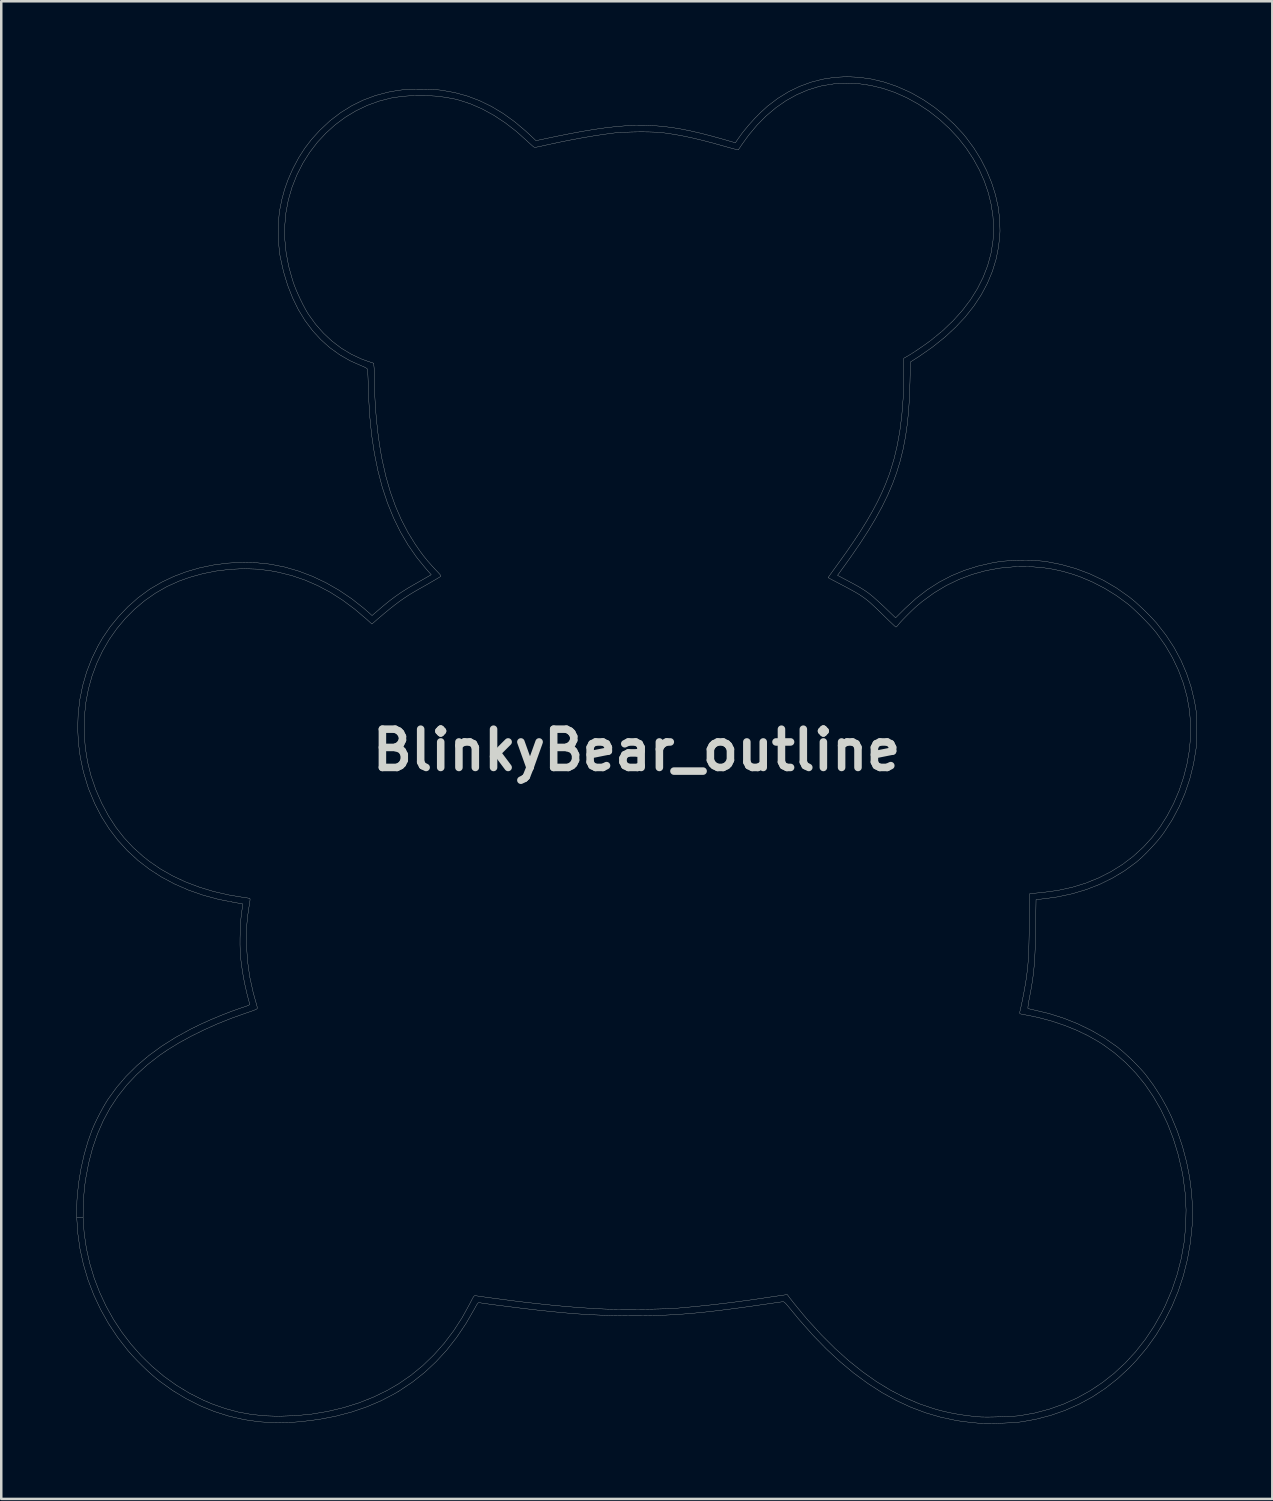
<source format=kicad_pcb>
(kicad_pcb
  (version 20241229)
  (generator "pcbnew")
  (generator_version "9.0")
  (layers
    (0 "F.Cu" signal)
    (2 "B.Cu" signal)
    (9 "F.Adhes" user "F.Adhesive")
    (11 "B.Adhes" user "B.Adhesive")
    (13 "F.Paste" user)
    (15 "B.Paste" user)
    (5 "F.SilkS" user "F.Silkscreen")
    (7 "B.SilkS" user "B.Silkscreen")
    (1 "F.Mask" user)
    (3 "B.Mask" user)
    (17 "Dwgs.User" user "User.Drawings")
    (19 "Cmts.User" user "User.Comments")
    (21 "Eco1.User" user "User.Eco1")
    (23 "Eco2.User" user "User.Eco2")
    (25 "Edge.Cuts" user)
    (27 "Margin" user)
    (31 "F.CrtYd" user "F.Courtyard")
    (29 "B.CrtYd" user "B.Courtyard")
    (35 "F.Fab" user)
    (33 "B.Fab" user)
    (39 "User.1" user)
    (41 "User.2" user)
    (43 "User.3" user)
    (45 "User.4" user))
  (footprint "BlinkyBear_outline"
    (layer "F.Cu")
    (at 22.303 26.825)
    (property "Reference" "BlinkyBear_outline" (at 0 0 0) (layer "Edge.Cuts") (effects (font (size 1.524 1.524) (thickness 0.3))))
    (attr through_hole)
    (fp_poly (pts (xy 8.863 -26.797) (xy 9.357 -26.727) (xy 9.853 -26.608) (xy 10.349 -26.44) (xy 10.842 -26.224) (xy 10.99 -26.15) (xy 11.43 -25.897) (xy 11.86 -25.603) (xy 12.272 -25.274) (xy 12.656 -24.919) (xy 13.002 -24.546) (xy 13.115 -24.409) (xy 13.431 -23.981) (xy 13.709 -23.533) (xy 13.945 -23.07) (xy 14.14 -22.597) (xy 14.292 -22.117) (xy 14.399 -21.635) (xy 14.46 -21.155) (xy 14.473 -20.68) (xy 14.468 -20.57) (xy 14.418 -20.058) (xy 14.319 -19.559) (xy 14.171 -19.072) (xy 13.974 -18.598) (xy 13.729 -18.138) (xy 13.436 -17.692) (xy 13.095 -17.26) (xy 12.706 -16.843) (xy 12.27 -16.441) (xy 11.787 -16.054) (xy 11.256 -15.683) (xy 11.157 -15.619) (xy 10.904 -15.457) (xy 10.888 -14.669) (xy 10.868 -14.071) (xy 10.833 -13.509) (xy 10.78 -12.978) (xy 10.707 -12.471) (xy 10.614 -11.985) (xy 10.498 -11.515) (xy 10.358 -11.055) (xy 10.191 -10.6) (xy 9.996 -10.146) (xy 9.772 -9.688) (xy 9.516 -9.22) (xy 9.227 -8.738) (xy 8.903 -8.237) (xy 8.542 -7.711) (xy 8.328 -7.411) (xy 8.003 -6.961) (xy 8.275 -6.817) (xy 8.458 -6.72) (xy 8.604 -6.642) (xy 8.721 -6.578) (xy 8.817 -6.525) (xy 8.9 -6.476) (xy 8.977 -6.428) (xy 9.058 -6.377) (xy 9.125 -6.333) (xy 9.261 -6.235) (xy 9.422 -6.104) (xy 9.61 -5.938) (xy 9.829 -5.734) (xy 9.844 -5.72) (xy 10.315 -5.271) (xy 10.688 -5.639) (xy 11.121 -6.035) (xy 11.572 -6.383) (xy 12.044 -6.686) (xy 12.538 -6.945) (xy 13.056 -7.159) (xy 13.6 -7.331) (xy 14.172 -7.461) (xy 14.465 -7.51) (xy 14.631 -7.528) (xy 14.834 -7.542) (xy 15.064 -7.551) (xy 15.308 -7.556) (xy 15.555 -7.555) (xy 15.795 -7.55) (xy 16.014 -7.54) (xy 16.203 -7.525) (xy 16.315 -7.511) (xy 16.915 -7.393) (xy 17.495 -7.229) (xy 18.055 -7.019) (xy 18.592 -6.764) (xy 19.107 -6.462) (xy 19.599 -6.116) (xy 19.71 -6.029) (xy 19.859 -5.904) (xy 20.028 -5.752) (xy 20.207 -5.582) (xy 20.383 -5.408) (xy 20.546 -5.239) (xy 20.684 -5.088) (xy 20.712 -5.055) (xy 21.081 -4.583) (xy 21.403 -4.092) (xy 21.678 -3.581) (xy 21.906 -3.051) (xy 22.088 -2.5) (xy 22.223 -1.929) (xy 22.28 -1.587) (xy 22.294 -1.458) (xy 22.304 -1.29) (xy 22.31 -1.094) (xy 22.312 -0.883) (xy 22.311 -0.667) (xy 22.306 -0.458) (xy 22.298 -0.267) (xy 22.286 -0.108) (xy 22.28 -0.051) (xy 22.18 0.554) (xy 22.034 1.141) (xy 21.843 1.709) (xy 21.608 2.255) (xy 21.33 2.776) (xy 21.011 3.27) (xy 20.901 3.421) (xy 20.782 3.569) (xy 20.637 3.737) (xy 20.474 3.913) (xy 20.306 4.088) (xy 20.14 4.25) (xy 19.988 4.389) (xy 19.901 4.462) (xy 19.446 4.797) (xy 18.961 5.09) (xy 18.448 5.343) (xy 17.909 5.553) (xy 17.346 5.721) (xy 16.76 5.845) (xy 16.299 5.91) (xy 15.908 5.954) (xy 15.892 7.06) (xy 15.886 7.44) (xy 15.878 7.776) (xy 15.866 8.077) (xy 15.852 8.349) (xy 15.833 8.601) (xy 15.81 8.839) (xy 15.781 9.071) (xy 15.746 9.305) (xy 15.705 9.548) (xy 15.656 9.808) (xy 15.642 9.877) (xy 15.617 10.011) (xy 15.598 10.128) (xy 15.587 10.219) (xy 15.584 10.274) (xy 15.587 10.285) (xy 15.62 10.299) (xy 15.69 10.318) (xy 15.786 10.34) (xy 15.837 10.35) (xy 16.432 10.492) (xy 17.014 10.677) (xy 17.578 10.902) (xy 18.118 11.165) (xy 18.629 11.462) (xy 19.106 11.793) (xy 19.151 11.827) (xy 19.318 11.964) (xy 19.504 12.128) (xy 19.698 12.31) (xy 19.888 12.498) (xy 20.064 12.683) (xy 20.215 12.853) (xy 20.278 12.929) (xy 20.584 13.342) (xy 20.872 13.789) (xy 21.13 14.251) (xy 21.295 14.593) (xy 21.537 15.18) (xy 21.74 15.783) (xy 21.903 16.397) (xy 22.025 17.015) (xy 22.104 17.631) (xy 22.14 18.239) (xy 22.132 18.833) (xy 22.125 18.936) (xy 22.055 19.615) (xy 21.939 20.279) (xy 21.777 20.924) (xy 21.57 21.55) (xy 21.32 22.153) (xy 21.026 22.733) (xy 20.691 23.288) (xy 20.314 23.815) (xy 19.896 24.313) (xy 19.61 24.613) (xy 19.149 25.039) (xy 18.664 25.42) (xy 18.155 25.757) (xy 17.623 26.048) (xy 17.068 26.294) (xy 16.49 26.495) (xy 15.89 26.65) (xy 15.347 26.748) (xy 15.223 26.763) (xy 15.061 26.776) (xy 14.873 26.788) (xy 14.667 26.799) (xy 14.454 26.807) (xy 14.244 26.813) (xy 14.047 26.816) (xy 13.873 26.816) (xy 13.732 26.813) (xy 13.652 26.808) (xy 13.431 26.786) (xy 13.251 26.767) (xy 13.103 26.75) (xy 12.977 26.734) (xy 12.864 26.718) (xy 12.754 26.701) (xy 12.713 26.694) (xy 12.107 26.565) (xy 11.511 26.391) (xy 10.924 26.17) (xy 10.345 25.902) (xy 9.773 25.586) (xy 9.209 25.222) (xy 8.65 24.81) (xy 8.097 24.35) (xy 7.549 23.84) (xy 7.005 23.28) (xy 6.465 22.67) (xy 6.109 22.238) (xy 6.012 22.12) (xy 5.94 22.039) (xy 5.888 21.99) (xy 5.851 21.968) (xy 5.831 21.966) (xy 5.796 21.971) (xy 5.715 21.982) (xy 5.595 21.999) (xy 5.442 22.021) (xy 5.26 22.047) (xy 5.056 22.076) (xy 4.835 22.108) (xy 4.724 22.124) (xy 4.16 22.203) (xy 3.638 22.272) (xy 3.154 22.331) (xy 2.701 22.382) (xy 2.272 22.424) (xy 1.861 22.458) (xy 1.462 22.485) (xy 1.069 22.505) (xy 0.675 22.518) (xy 0.274 22.524) (xy -0.14 22.526) (xy -0.533 22.522) (xy -0.928 22.516) (xy -1.297 22.506) (xy -1.649 22.492) (xy -1.994 22.474) (xy -2.342 22.452) (xy -2.703 22.424) (xy -3.084 22.389) (xy -3.497 22.348) (xy -3.95 22.3) (xy -4.132 22.279) (xy -4.338 22.255) (xy -4.561 22.229) (xy -4.794 22.2) (xy -5.03 22.171) (xy -5.264 22.141) (xy -5.488 22.113) (xy -5.696 22.086) (xy -5.882 22.061) (xy -6.039 22.039) (xy -6.16 22.022) (xy -6.239 22.009) (xy -6.252 22.007) (xy -6.283 22.004) (xy -6.31 22.015) (xy -6.339 22.046) (xy -6.376 22.105) (xy -6.429 22.199) (xy -6.452 22.243) (xy -6.794 22.835) (xy -7.164 23.385) (xy -7.561 23.893) (xy -7.988 24.359) (xy -8.443 24.784) (xy -8.928 25.169) (xy -9.442 25.513) (xy -9.635 25.628) (xy -10.18 25.913) (xy -10.753 26.157) (xy -11.355 26.362) (xy -11.987 26.528) (xy -12.649 26.654) (xy -13.344 26.741) (xy -13.796 26.776) (xy -14.417 26.788) (xy -15.031 26.749) (xy -15.636 26.662) (xy -16.232 26.525) (xy -16.816 26.341) (xy -17.385 26.109) (xy -17.939 25.829) (xy -18.476 25.504) (xy -18.993 25.133) (xy -19.088 25.057) (xy -19.273 24.902) (xy -19.477 24.718) (xy -19.688 24.515) (xy -19.896 24.307) (xy -20.089 24.103) (xy -20.256 23.915) (xy -20.267 23.901) (xy -20.668 23.385) (xy -21.028 22.843) (xy -21.345 22.279) (xy -21.619 21.696) (xy -21.848 21.096) (xy -22.031 20.483) (xy -22.168 19.859) (xy -22.257 19.228) (xy -22.296 18.625) (xy -22.044 18.625) (xy -22.001 19.239) (xy -21.912 19.845) (xy -21.779 20.441) (xy -21.603 21.025) (xy -21.385 21.593) (xy -21.128 22.144) (xy -20.832 22.675) (xy -20.499 23.182) (xy -20.13 23.665) (xy -19.728 24.12) (xy -19.292 24.544) (xy -18.827 24.936) (xy -18.331 25.292) (xy -17.808 25.61) (xy -17.258 25.887) (xy -16.891 26.043) (xy -16.377 26.223) (xy -15.862 26.361) (xy -15.336 26.456) (xy -14.791 26.512) (xy -14.275 26.528) (xy -13.603 26.507) (xy -12.942 26.443) (xy -12.296 26.335) (xy -11.669 26.186) (xy -11.063 25.997) (xy -10.482 25.767) (xy -9.929 25.498) (xy -9.479 25.237) (xy -8.986 24.897) (xy -8.519 24.514) (xy -8.079 24.091) (xy -7.669 23.629) (xy -7.291 23.131) (xy -6.946 22.598) (xy -6.636 22.034) (xy -6.629 22.02) (xy -6.566 21.897) (xy -6.521 21.813) (xy -6.488 21.76) (xy -6.462 21.733) (xy -6.437 21.724) (xy -6.409 21.727) (xy -6.406 21.728) (xy -6.351 21.737) (xy -6.252 21.752) (xy -6.117 21.771) (xy -5.953 21.794) (xy -5.766 21.819) (xy -5.564 21.846) (xy -5.353 21.874) (xy -5.141 21.901) (xy -4.935 21.928) (xy -4.741 21.952) (xy -4.567 21.973) (xy -4.496 21.982) (xy -3.913 22.048) (xy -3.369 22.105) (xy -2.856 22.153) (xy -2.363 22.194) (xy -1.88 22.227) (xy -1.422 22.252) (xy -1.237 22.26) (xy -1.014 22.265) (xy -0.76 22.269) (xy -0.485 22.27) (xy -0.196 22.27) (xy 0.099 22.269) (xy 0.393 22.266) (xy 0.677 22.261) (xy 0.944 22.255) (xy 1.185 22.248) (xy 1.393 22.239) (xy 1.559 22.229) (xy 1.587 22.227) (xy 2.308 22.162) (xy 3.057 22.084) (xy 3.814 21.993) (xy 4.558 21.894) (xy 4.908 21.843) (xy 5.088 21.816) (xy 5.273 21.788) (xy 5.449 21.762) (xy 5.603 21.74) (xy 5.712 21.724) (xy 6.001 21.682) (xy 6.053 21.754) (xy 6.114 21.834) (xy 6.2 21.944) (xy 6.304 22.075) (xy 6.42 22.217) (xy 6.539 22.361) (xy 6.654 22.5) (xy 6.757 22.623) (xy 6.82 22.695) (xy 7.359 23.286) (xy 7.901 23.826) (xy 8.448 24.317) (xy 8.999 24.757) (xy 9.554 25.149) (xy 10.115 25.491) (xy 10.682 25.785) (xy 11.255 26.03) (xy 11.835 26.227) (xy 12.107 26.303) (xy 12.468 26.387) (xy 12.837 26.456) (xy 13.23 26.511) (xy 13.64 26.553) (xy 13.74 26.558) (xy 13.881 26.56) (xy 14.052 26.56) (xy 14.245 26.557) (xy 14.447 26.552) (xy 14.651 26.545) (xy 14.844 26.536) (xy 15.019 26.526) (xy 15.164 26.516) (xy 15.265 26.505) (xy 15.863 26.398) (xy 16.443 26.244) (xy 17.003 26.044) (xy 17.544 25.8) (xy 18.061 25.513) (xy 18.555 25.184) (xy 19.023 24.814) (xy 19.463 24.405) (xy 19.874 23.958) (xy 20.254 23.474) (xy 20.601 22.955) (xy 20.914 22.402) (xy 21.055 22.118) (xy 21.315 21.51) (xy 21.526 20.887) (xy 21.689 20.254) (xy 21.804 19.611) (xy 21.868 18.962) (xy 21.883 18.308) (xy 21.849 17.653) (xy 21.764 16.999) (xy 21.715 16.735) (xy 21.563 16.087) (xy 21.373 15.468) (xy 21.146 14.88) (xy 20.882 14.324) (xy 20.582 13.802) (xy 20.248 13.313) (xy 19.879 12.86) (xy 19.476 12.443) (xy 19.04 12.063) (xy 18.571 11.722) (xy 18.402 11.614) (xy 17.979 11.373) (xy 17.517 11.152) (xy 17.027 10.956) (xy 16.52 10.787) (xy 16.005 10.649) (xy 15.672 10.579) (xy 15.54 10.554) (xy 15.424 10.532) (xy 15.335 10.514) (xy 15.283 10.504) (xy 15.274 10.501) (xy 15.259 10.483) (xy 15.261 10.434) (xy 15.28 10.346) (xy 15.316 10.187) (xy 15.357 9.995) (xy 15.399 9.784) (xy 15.44 9.567) (xy 15.477 9.358) (xy 15.508 9.171) (xy 15.53 9.019) (xy 15.53 9.017) (xy 15.551 8.849) (xy 15.569 8.693) (xy 15.584 8.543) (xy 15.596 8.392) (xy 15.606 8.232) (xy 15.615 8.058) (xy 15.622 7.863) (xy 15.627 7.64) (xy 15.632 7.383) (xy 15.636 7.085) (xy 15.638 6.929) (xy 15.653 5.718) (xy 15.783 5.705) (xy 15.863 5.697) (xy 15.977 5.686) (xy 16.107 5.674) (xy 16.202 5.664) (xy 16.785 5.585) (xy 17.348 5.462) (xy 17.888 5.296) (xy 18.404 5.088) (xy 18.893 4.839) (xy 19.354 4.55) (xy 19.786 4.222) (xy 20.185 3.856) (xy 20.529 3.48) (xy 20.849 3.059) (xy 21.136 2.603) (xy 21.389 2.119) (xy 21.605 1.612) (xy 21.782 1.088) (xy 21.919 0.554) (xy 22.013 0.014) (xy 22.062 -0.525) (xy 22.064 -1.054) (xy 22.017 -1.595) (xy 21.92 -2.132) (xy 21.775 -2.66) (xy 21.582 -3.177) (xy 21.343 -3.68) (xy 21.058 -4.167) (xy 20.73 -4.633) (xy 20.659 -4.724) (xy 20.555 -4.848) (xy 20.422 -4.995) (xy 20.269 -5.156) (xy 20.106 -5.321) (xy 19.941 -5.483) (xy 19.784 -5.631) (xy 19.644 -5.756) (xy 19.558 -5.827) (xy 19.114 -6.152) (xy 18.643 -6.443) (xy 18.154 -6.696) (xy 17.657 -6.906) (xy 17.371 -7.005) (xy 16.976 -7.12) (xy 16.595 -7.205) (xy 16.21 -7.263) (xy 15.803 -7.298) (xy 15.608 -7.306) (xy 15.026 -7.302) (xy 14.456 -7.249) (xy 13.901 -7.147) (xy 13.362 -6.997) (xy 12.84 -6.8) (xy 12.335 -6.556) (xy 11.85 -6.265) (xy 11.386 -5.928) (xy 11.188 -5.764) (xy 11.083 -5.671) (xy 10.963 -5.558) (xy 10.835 -5.434) (xy 10.71 -5.308) (xy 10.594 -5.188) (xy 10.497 -5.083) (xy 10.427 -5) (xy 10.41 -4.979) (xy 10.367 -4.929) (xy 10.333 -4.903) (xy 10.328 -4.902) (xy 10.305 -4.919) (xy 10.25 -4.968) (xy 10.168 -5.044) (xy 10.064 -5.142) (xy 9.944 -5.259) (xy 9.811 -5.389) (xy 9.768 -5.431) (xy 9.588 -5.608) (xy 9.431 -5.756) (xy 9.291 -5.883) (xy 9.158 -5.993) (xy 9.025 -6.092) (xy 8.883 -6.187) (xy 8.725 -6.283) (xy 8.542 -6.385) (xy 8.326 -6.501) (xy 8.179 -6.579) (xy 8.027 -6.658) (xy 7.891 -6.73) (xy 7.777 -6.789) (xy 7.691 -6.835) (xy 7.64 -6.862) (xy 7.627 -6.869) (xy 7.64 -6.89) (xy 7.679 -6.946) (xy 7.74 -7.032) (xy 7.819 -7.142) (xy 7.912 -7.271) (xy 7.991 -7.38) (xy 8.338 -7.863) (xy 8.649 -8.315) (xy 8.929 -8.74) (xy 9.178 -9.143) (xy 9.399 -9.526) (xy 9.595 -9.895) (xy 9.767 -10.253) (xy 9.918 -10.604) (xy 10.051 -10.952) (xy 10.096 -11.083) (xy 10.253 -11.599) (xy 10.382 -12.144) (xy 10.485 -12.721) (xy 10.562 -13.331) (xy 10.613 -13.978) (xy 10.639 -14.665) (xy 10.642 -15.037) (xy 10.643 -15.608) (xy 10.77 -15.68) (xy 10.883 -15.747) (xy 11.026 -15.838) (xy 11.187 -15.944) (xy 11.355 -16.059) (xy 11.52 -16.174) (xy 11.669 -16.283) (xy 11.743 -16.338) (xy 12.199 -16.713) (xy 12.611 -17.106) (xy 12.977 -17.515) (xy 13.299 -17.939) (xy 13.573 -18.378) (xy 13.8 -18.829) (xy 13.979 -19.291) (xy 14.109 -19.764) (xy 14.123 -19.827) (xy 14.195 -20.3) (xy 14.217 -20.776) (xy 14.193 -21.254) (xy 14.122 -21.729) (xy 14.006 -22.2) (xy 13.847 -22.663) (xy 13.647 -23.116) (xy 13.405 -23.555) (xy 13.125 -23.978) (xy 12.807 -24.382) (xy 12.453 -24.763) (xy 12.064 -25.12) (xy 11.642 -25.45) (xy 11.211 -25.734) (xy 10.751 -25.987) (xy 10.281 -26.195) (xy 9.804 -26.357) (xy 9.322 -26.473) (xy 8.84 -26.543) (xy 8.36 -26.565) (xy 7.885 -26.54) (xy 7.42 -26.466) (xy 7.264 -26.43) (xy 6.813 -26.29) (xy 6.376 -26.102) (xy 5.954 -25.867) (xy 5.55 -25.587) (xy 5.164 -25.262) (xy 4.799 -24.894) (xy 4.456 -24.483) (xy 4.184 -24.105) (xy 4.127 -24.019) (xy 4.081 -23.952) (xy 4.053 -23.911) (xy 4.049 -23.905) (xy 4.023 -23.909) (xy 3.955 -23.925) (xy 3.853 -23.952) (xy 3.721 -23.987) (xy 3.568 -24.03) (xy 3.449 -24.063) (xy 3.01 -24.185) (xy 2.609 -24.289) (xy 2.239 -24.377) (xy 1.892 -24.451) (xy 1.559 -24.513) (xy 1.232 -24.564) (xy 1.029 -24.591) (xy 0.886 -24.605) (xy 0.703 -24.614) (xy 0.49 -24.62) (xy 0.257 -24.623) (xy 0.015 -24.622) (xy -0.227 -24.617) (xy -0.457 -24.609) (xy -0.666 -24.598) (xy -0.844 -24.584) (xy -0.902 -24.578) (xy -1.296 -24.526) (xy -1.729 -24.46) (xy -2.191 -24.381) (xy -2.671 -24.292) (xy -3.159 -24.194) (xy -3.646 -24.088) (xy -3.691 -24.078) (xy -3.817 -24.05) (xy -3.927 -24.027) (xy -4.01 -24.011) (xy -4.056 -24.003) (xy -4.06 -24.003) (xy -4.09 -24.02) (xy -4.149 -24.066) (xy -4.229 -24.136) (xy -4.323 -24.222) (xy -4.371 -24.268) (xy -4.798 -24.649) (xy -5.236 -24.987) (xy -5.683 -25.281) (xy -6.136 -25.53) (xy -6.594 -25.731) (xy -7.053 -25.883) (xy -7.245 -25.932) (xy -7.62 -26.002) (xy -8.025 -26.049) (xy -8.446 -26.071) (xy -8.87 -26.069) (xy -9.283 -26.042) (xy -9.669 -25.99) (xy -9.779 -25.97) (xy -10.26 -25.847) (xy -10.725 -25.678) (xy -11.171 -25.465) (xy -11.596 -25.209) (xy -11.995 -24.913) (xy -12.367 -24.58) (xy -12.709 -24.212) (xy -13.018 -23.81) (xy -13.291 -23.377) (xy -13.526 -22.916) (xy -13.528 -22.911) (xy -13.724 -22.415) (xy -13.871 -21.91) (xy -13.967 -21.396) (xy -14.014 -20.874) (xy -14.011 -20.345) (xy -13.958 -19.809) (xy -13.855 -19.266) (xy -13.702 -18.718) (xy -13.647 -18.555) (xy -13.578 -18.374) (xy -13.49 -18.17) (xy -13.391 -17.955) (xy -13.286 -17.743) (xy -13.183 -17.549) (xy -13.087 -17.386) (xy -13.067 -17.355) (xy -12.785 -16.963) (xy -12.471 -16.606) (xy -12.128 -16.287) (xy -11.759 -16.007) (xy -11.366 -15.77) (xy -10.955 -15.577) (xy -10.69 -15.481) (xy -10.471 -15.409) (xy -10.456 -15.242) (xy -10.45 -15.157) (xy -10.445 -15.034) (xy -10.442 -14.889) (xy -10.44 -14.734) (xy -10.44 -14.668) (xy -10.43 -14.202) (xy -10.405 -13.706) (xy -10.364 -13.195) (xy -10.309 -12.683) (xy -10.242 -12.186) (xy -10.164 -11.718) (xy -10.132 -11.55) (xy -9.984 -10.899) (xy -9.808 -10.288) (xy -9.603 -9.714) (xy -9.369 -9.174) (xy -9.103 -8.666) (xy -8.826 -8.217) (xy -8.655 -7.967) (xy -8.494 -7.748) (xy -8.331 -7.546) (xy -8.154 -7.344) (xy -8.014 -7.193) (xy -7.917 -7.092) (xy -7.852 -7.02) (xy -7.814 -6.973) (xy -7.798 -6.942) (xy -7.8 -6.923) (xy -7.818 -6.908) (xy -7.828 -6.901) (xy -7.935 -6.836) (xy -8.075 -6.754) (xy -8.238 -6.659) (xy -8.412 -6.559) (xy -8.587 -6.46) (xy -8.649 -6.425) (xy -8.86 -6.304) (xy -9.056 -6.185) (xy -9.243 -6.063) (xy -9.43 -5.933) (xy -9.622 -5.789) (xy -9.828 -5.627) (xy -10.054 -5.44) (xy -10.309 -5.223) (xy -10.344 -5.193) (xy -10.541 -5.023) (xy -10.735 -5.198) (xy -11.217 -5.608) (xy -11.701 -5.969) (xy -12.191 -6.282) (xy -12.69 -6.548) (xy -13.199 -6.77) (xy -13.723 -6.949) (xy -14.265 -7.085) (xy -14.62 -7.151) (xy -15.13 -7.21) (xy -15.659 -7.226) (xy -16.198 -7.2) (xy -16.74 -7.134) (xy -17.276 -7.028) (xy -17.799 -6.883) (xy -18.224 -6.731) (xy -18.707 -6.513) (xy -19.163 -6.252) (xy -19.593 -5.951) (xy -19.994 -5.613) (xy -20.364 -5.241) (xy -20.701 -4.837) (xy -21.004 -4.405) (xy -21.27 -3.945) (xy -21.498 -3.462) (xy -21.686 -2.958) (xy -21.832 -2.436) (xy -21.934 -1.898) (xy -21.991 -1.347) (xy -21.993 -1.302) (xy -22 -0.703) (xy -21.958 -0.115) (xy -21.867 0.461) (xy -21.726 1.027) (xy -21.535 1.583) (xy -21.298 2.121) (xy -21.034 2.614) (xy -20.74 3.068) (xy -20.414 3.486) (xy -20.052 3.874) (xy -19.65 4.235) (xy -19.412 4.423) (xy -18.967 4.729) (xy -18.485 5.004) (xy -17.968 5.247) (xy -17.421 5.455) (xy -16.846 5.629) (xy -16.248 5.766) (xy -15.799 5.842) (xy -15.666 5.862) (xy -15.551 5.879) (xy -15.463 5.893) (xy -15.411 5.903) (xy -15.403 5.904) (xy -15.394 5.932) (xy -15.399 6.005) (xy -15.416 6.126) (xy -15.434 6.227) (xy -15.496 6.642) (xy -15.532 7.069) (xy -15.542 7.522) (xy -15.538 7.744) (xy -15.495 8.395) (xy -15.407 9.03) (xy -15.27 9.65) (xy -15.198 9.912) (xy -15.163 10.034) (xy -15.133 10.142) (xy -15.112 10.224) (xy -15.103 10.27) (xy -15.103 10.271) (xy -15.109 10.291) (xy -15.132 10.311) (xy -15.18 10.336) (xy -15.256 10.367) (xy -15.368 10.408) (xy -15.521 10.46) (xy -15.572 10.477) (xy -16.138 10.679) (xy -16.694 10.901) (xy -17.232 11.142) (xy -17.747 11.396) (xy -18.23 11.661) (xy -18.675 11.934) (xy -19.002 12.157) (xy -19.48 12.528) (xy -19.915 12.922) (xy -20.307 13.34) (xy -20.658 13.784) (xy -20.969 14.255) (xy -21.24 14.755) (xy -21.471 15.285) (xy -21.665 15.846) (xy -21.821 16.44) (xy -21.94 17.069) (xy -21.985 17.386) (xy -22.039 18.007) (xy -22.044 18.625) (xy -22.296 18.625) (xy -22.298 18.592) (xy -22.289 17.955) (xy -22.275 17.739) (xy -22.215 17.191) (xy -22.122 16.64) (xy -22 16.101) (xy -21.85 15.584) (xy -21.687 15.126) (xy -21.601 14.924) (xy -21.493 14.697) (xy -21.372 14.46) (xy -21.246 14.228) (xy -21.123 14.018) (xy -21.047 13.898) (xy -20.709 13.431) (xy -20.328 12.987) (xy -19.901 12.566) (xy -19.43 12.167) (xy -18.914 11.79) (xy -18.352 11.435) (xy -17.744 11.102) (xy -17.742 11.101) (xy -17.376 10.922) (xy -16.978 10.743) (xy -16.563 10.569) (xy -16.149 10.408) (xy -15.753 10.267) (xy -15.652 10.234) (xy -15.533 10.193) (xy -15.457 10.163) (xy -15.417 10.139) (xy -15.405 10.117) (xy -15.407 10.11) (xy -15.419 10.073) (xy -15.44 9.996) (xy -15.469 9.889) (xy -15.502 9.761) (xy -15.52 9.69) (xy -15.615 9.274) (xy -15.694 8.839) (xy -15.753 8.41) (xy -15.775 8.191) (xy -15.788 7.985) (xy -15.794 7.746) (xy -15.793 7.488) (xy -15.787 7.222) (xy -15.776 6.963) (xy -15.759 6.722) (xy -15.737 6.514) (xy -15.726 6.439) (xy -15.709 6.321) (xy -15.695 6.223) (xy -15.686 6.155) (xy -15.684 6.127) (xy -15.684 6.127) (xy -15.71 6.121) (xy -15.776 6.108) (xy -15.873 6.091) (xy -15.991 6.071) (xy -16.005 6.069) (xy -16.65 5.942) (xy -17.265 5.776) (xy -17.85 5.572) (xy -18.403 5.33) (xy -18.924 5.052) (xy -19.41 4.737) (xy -19.863 4.388) (xy -20.28 4.004) (xy -20.661 3.586) (xy -21.005 3.134) (xy -21.311 2.651) (xy -21.578 2.135) (xy -21.806 1.589) (xy -21.86 1.436) (xy -22.032 0.864) (xy -22.155 0.287) (xy -22.231 -0.292) (xy -22.259 -0.87) (xy -22.24 -1.445) (xy -22.174 -2.013) (xy -22.061 -2.571) (xy -21.902 -3.118) (xy -21.696 -3.648) (xy -21.445 -4.161) (xy -21.267 -4.468) (xy -20.968 -4.907) (xy -20.629 -5.323) (xy -20.256 -5.712) (xy -19.856 -6.066) (xy -19.434 -6.379) (xy -19.355 -6.431) (xy -18.906 -6.693) (xy -18.426 -6.92) (xy -17.92 -7.11) (xy -17.393 -7.262) (xy -16.851 -7.374) (xy -16.3 -7.447) (xy -15.745 -7.479) (xy -15.191 -7.468) (xy -14.645 -7.413) (xy -14.567 -7.402) (xy -14.009 -7.291) (xy -13.456 -7.13) (xy -12.909 -6.922) (xy -12.373 -6.668) (xy -11.85 -6.369) (xy -11.344 -6.028) (xy -10.858 -5.645) (xy -10.697 -5.504) (xy -10.535 -5.36) (xy -10.366 -5.507) (xy -10.09 -5.743) (xy -9.837 -5.949) (xy -9.595 -6.13) (xy -9.355 -6.296) (xy -9.106 -6.453) (xy -8.89 -6.579) (xy -8.751 -6.658) (xy -8.612 -6.738) (xy -8.487 -6.809) (xy -8.387 -6.867) (xy -8.35 -6.888) (xy -8.179 -6.987) (xy -8.386 -7.221) (xy -8.76 -7.68) (xy -9.101 -8.171) (xy -9.408 -8.694) (xy -9.681 -9.251) (xy -9.921 -9.842) (xy -10.128 -10.467) (xy -10.302 -11.129) (xy -10.444 -11.826) (xy -10.554 -12.561) (xy -10.631 -13.334) (xy -10.677 -14.146) (xy -10.685 -14.44) (xy -10.69 -14.624) (xy -10.695 -14.792) (xy -10.701 -14.939) (xy -10.707 -15.056) (xy -10.713 -15.136) (xy -10.718 -15.173) (xy -10.752 -15.208) (xy -10.831 -15.252) (xy -10.949 -15.303) (xy -10.957 -15.306) (xy -11.407 -15.506) (xy -11.827 -15.747) (xy -12.218 -16.029) (xy -12.578 -16.35) (xy -12.907 -16.71) (xy -13.204 -17.107) (xy -13.469 -17.54) (xy -13.7 -18.01) (xy -13.898 -18.514) (xy -14.061 -19.053) (xy -14.189 -19.625) (xy -14.202 -19.698) (xy -14.229 -19.89) (xy -14.249 -20.118) (xy -14.261 -20.37) (xy -14.266 -20.632) (xy -14.263 -20.892) (xy -14.253 -21.137) (xy -14.235 -21.355) (xy -14.216 -21.493) (xy -14.131 -21.92) (xy -14.023 -22.32) (xy -13.886 -22.708) (xy -13.714 -23.103) (xy -13.666 -23.203) (xy -13.453 -23.601) (xy -13.218 -23.967) (xy -12.952 -24.315) (xy -12.645 -24.656) (xy -12.591 -24.711) (xy -12.201 -25.073) (xy -11.786 -25.389) (xy -11.349 -25.661) (xy -10.888 -25.888) (xy -10.406 -26.069) (xy -9.901 -26.204) (xy -9.486 -26.278) (xy -9.298 -26.299) (xy -9.073 -26.313) (xy -8.824 -26.321) (xy -8.564 -26.323) (xy -8.306 -26.318) (xy -8.063 -26.308) (xy -7.849 -26.291) (xy -7.75 -26.279) (xy -7.235 -26.186) (xy -6.736 -26.049) (xy -6.251 -25.865) (xy -5.778 -25.635) (xy -5.316 -25.357) (xy -4.862 -25.031) (xy -4.416 -24.655) (xy -4.258 -24.51) (xy -4.008 -24.273) (xy -3.801 -24.317) (xy -3.211 -24.441) (xy -2.665 -24.55) (xy -2.158 -24.644) (xy -1.685 -24.722) (xy -1.243 -24.785) (xy -0.826 -24.833) (xy -0.431 -24.865) (xy -0.051 -24.882) (xy 0.317 -24.884) (xy 0.677 -24.871) (xy 1.036 -24.842) (xy 1.396 -24.798) (xy 1.763 -24.738) (xy 2.141 -24.663) (xy 2.535 -24.573) (xy 2.949 -24.467) (xy 3.388 -24.346) (xy 3.548 -24.3) (xy 3.935 -24.188) (xy 4.021 -24.318) (xy 4.216 -24.589) (xy 4.445 -24.87) (xy 4.693 -25.147) (xy 4.951 -25.407) (xy 5.204 -25.636) (xy 5.22 -25.65) (xy 5.626 -25.958) (xy 6.05 -26.22) (xy 6.491 -26.434) (xy 6.945 -26.602) (xy 7.412 -26.722) (xy 7.888 -26.795) (xy 8.373 -26.82) (xy 8.863 -26.797)) (stroke (width 0.01) (type solid)) (fill no) (layer "Edge.Cuts")))
  (gr_rect
    (start -3 -3)
    (end 47.62 56.646)
    (stroke (width 0.1) (type default))
    (fill no)
    (layer "Edge.Cuts")))
</source>
